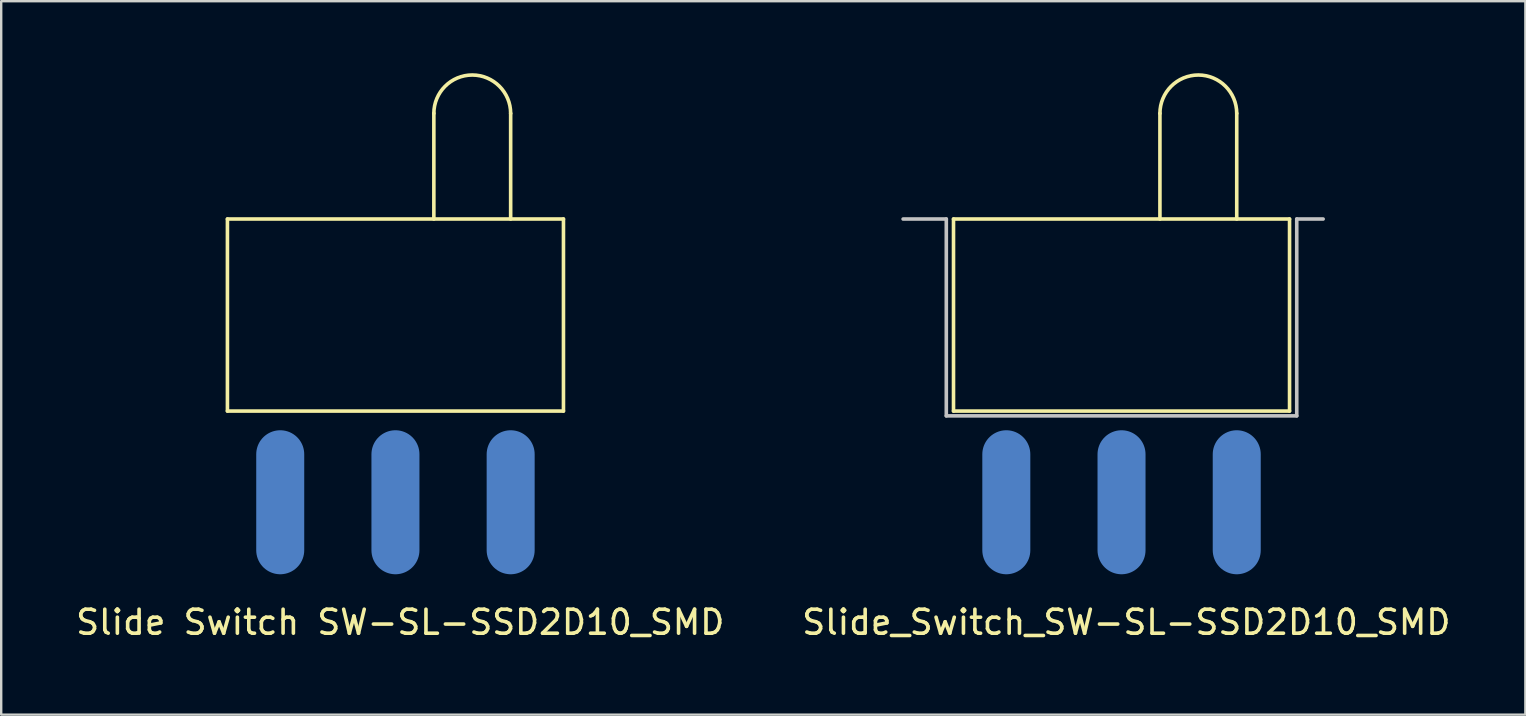
<source format=kicad_pcb>
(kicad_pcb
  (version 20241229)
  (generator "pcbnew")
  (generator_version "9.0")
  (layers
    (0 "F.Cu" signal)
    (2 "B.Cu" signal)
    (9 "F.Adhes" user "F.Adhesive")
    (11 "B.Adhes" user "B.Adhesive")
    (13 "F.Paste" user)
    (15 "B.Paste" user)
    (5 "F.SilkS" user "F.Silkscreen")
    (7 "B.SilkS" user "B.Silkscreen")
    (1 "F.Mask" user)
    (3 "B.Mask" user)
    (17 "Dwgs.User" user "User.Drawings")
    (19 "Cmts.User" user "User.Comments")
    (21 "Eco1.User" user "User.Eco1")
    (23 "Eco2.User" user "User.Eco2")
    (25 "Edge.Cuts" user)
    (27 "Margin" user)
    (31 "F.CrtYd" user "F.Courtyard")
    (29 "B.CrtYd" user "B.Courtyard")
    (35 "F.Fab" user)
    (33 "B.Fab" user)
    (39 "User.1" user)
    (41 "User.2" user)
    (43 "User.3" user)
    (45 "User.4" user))
  (footprint "Slide_Switch_SW-SL-SSD2D10_SMD"
    (layer "F.Cu")
    (at 38.875 17.875)
    (property "Reference" "Slide_Switch_SW-SL-SSD2D10_SMD" (at 5 5 0) (layer "F.SilkS") (effects (font (size 1 1) (thickness 0.15))))
    (attr smd)
    (fp_line (start -2.2 -11.8) (end -2.2 -3.8) (stroke (width 0.15) (type solid)) (layer "F.SilkS"))
    (fp_line (start -2.2 -3.8) (end 11.8 -3.8) (stroke (width 0.15) (type solid)) (layer "F.SilkS"))
    (fp_line (start 6.4 -16.2) (end 6.4 -11.8) (stroke (width 0.15) (type solid)) (layer "F.SilkS"))
    (fp_line (start 9.6 -16.2) (end 9.6 -11.8) (stroke (width 0.15) (type solid)) (layer "F.SilkS"))
    (fp_line (start 11.8 -11.8) (end -2.2 -11.8) (stroke (width 0.15) (type solid)) (layer "F.SilkS"))
    (fp_line (start 11.8 -3.8) (end 11.8 -11.8) (stroke (width 0.15) (type solid)) (layer "F.SilkS"))
    (fp_arc (start 6.4 -16.2) (mid 8 -17.8) (end 9.6 -16.2) (stroke (width 0.15) (type solid)) (layer "F.SilkS"))
    (fp_line (start -2.5 -11.8) (end -4.3 -11.8) (stroke (width 0.15) (type solid)) (layer "Dwgs.User"))
    (fp_line (start -2.5 -11.8) (end -2.5 -3.6) (stroke (width 0.15) (type solid)) (layer "Dwgs.User"))
    (fp_line (start -2.5 -3.6) (end 12.1 -3.6) (stroke (width 0.15) (type solid)) (layer "Dwgs.User"))
    (fp_line (start 12.1 -11.8) (end 13.2 -11.8) (stroke (width 0.15) (type solid)) (layer "Dwgs.User"))
    (fp_line (start 12.1 -3.6) (end 12.1 -11.8) (stroke (width 0.15) (type solid)) (layer "Dwgs.User"))
    (pad "1" smd oval (at 0 0) (size 2 6) (layers "B.Cu" "B.Mask" "B.Paste"))
    (pad "2" smd oval (at 4.8 0) (size 2 6) (layers "B.Cu" "B.Mask" "B.Paste"))
    (pad "3" smd oval (at 9.6 0) (size 2 6) (layers "B.Cu" "B.Mask" "B.Paste")))
  (footprint "Slide Switch SW-SL-SSD2D10_SMD"
    (layer "F.Cu")
    (at 8.625 17.875)
    (property "Reference" "Slide Switch SW-SL-SSD2D10_SMD" (at 5 5 0) (layer "F.SilkS") (effects (font (size 1 1) (thickness 0.15))))
    (attr through_hole)
    (fp_line (start -2.2 -11.8) (end -2.2 -3.8) (stroke (width 0.15) (type solid)) (layer "F.SilkS"))
    (fp_line (start -2.2 -3.8) (end 11.8 -3.8) (stroke (width 0.15) (type solid)) (layer "F.SilkS"))
    (fp_line (start 6.4 -16.2) (end 6.4 -11.8) (stroke (width 0.15) (type solid)) (layer "F.SilkS"))
    (fp_line (start 9.6 -16.2) (end 9.6 -11.8) (stroke (width 0.15) (type solid)) (layer "F.SilkS"))
    (fp_line (start 11.8 -11.8) (end -2.2 -11.8) (stroke (width 0.15) (type solid)) (layer "F.SilkS"))
    (fp_line (start 11.8 -3.8) (end 11.8 -11.8) (stroke (width 0.15) (type solid)) (layer "F.SilkS"))
    (fp_arc (start 6.4 -16.2) (mid 8 -17.8) (end 9.6 -16.2) (stroke (width 0.15) (type solid)) (layer "F.SilkS"))
    (pad "1" smd oval (at 0 0) (size 2 6) (layers "B.Cu" "B.Mask" "B.Paste"))
    (pad "2" smd oval (at 4.8 0) (size 2 6) (layers "B.Cu" "B.Mask" "B.Paste"))
    (pad "3" smd oval (at 9.6 0) (size 2 6) (layers "B.Cu" "B.Mask" "B.Paste")))
  (gr_rect
    (start -3 -3)
    (end 60.5 26.723)
    (stroke (width 0.1) (type default))
    (fill no)
    (layer "Edge.Cuts")))
</source>
